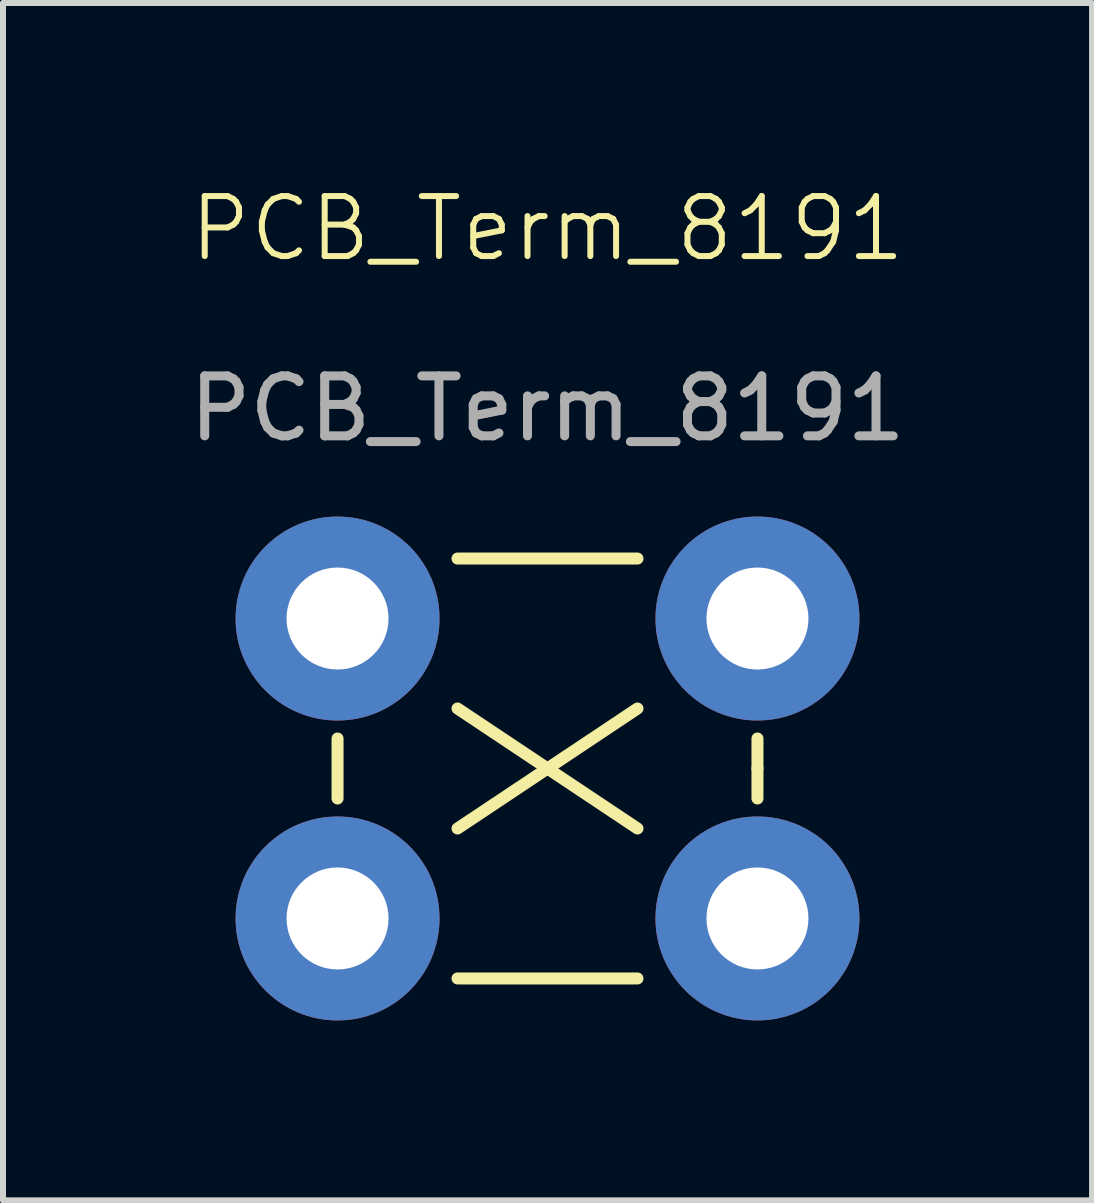
<source format=kicad_pcb>
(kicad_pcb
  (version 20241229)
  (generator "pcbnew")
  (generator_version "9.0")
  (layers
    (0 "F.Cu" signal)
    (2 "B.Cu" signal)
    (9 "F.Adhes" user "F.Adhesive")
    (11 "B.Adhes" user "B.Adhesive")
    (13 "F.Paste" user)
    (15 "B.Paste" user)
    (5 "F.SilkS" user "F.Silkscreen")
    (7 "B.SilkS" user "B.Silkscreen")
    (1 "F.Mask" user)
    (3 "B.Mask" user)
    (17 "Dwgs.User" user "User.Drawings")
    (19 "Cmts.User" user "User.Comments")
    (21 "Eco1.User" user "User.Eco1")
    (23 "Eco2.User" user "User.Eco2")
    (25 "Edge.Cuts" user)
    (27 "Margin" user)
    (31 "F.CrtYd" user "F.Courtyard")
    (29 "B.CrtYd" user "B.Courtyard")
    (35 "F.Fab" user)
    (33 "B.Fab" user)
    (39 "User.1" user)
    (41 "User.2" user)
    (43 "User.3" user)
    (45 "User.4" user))
  (footprint "PCB_Term_8191"
    (layer "F.Cu")
    (at 6.077 9.761)
    (property "Reference" "PCB_Term_8191" (at 0 -9 0) (unlocked yes) (layer "F.SilkS") (effects (font (size 1 1) (thickness 0.1))))
    (attr through_hole)
    (fp_line (start -3.5 -0.5) (end -3.5 0.5) (stroke (width 0.2) (type default)) (layer "F.SilkS"))
    (fp_line (start -1.5 -3.5) (end 1.5 -3.5) (stroke (width 0.2) (type default)) (layer "F.SilkS"))
    (fp_line (start -1.5 -1) (end 1.5 1) (stroke (width 0.2) (type default)) (layer "F.SilkS"))
    (fp_line (start 1.5 -1) (end -1.5 1) (stroke (width 0.2) (type default)) (layer "F.SilkS"))
    (fp_line (start 1.5 3.5) (end -1.5 3.5) (stroke (width 0.2) (type default)) (layer "F.SilkS"))
    (fp_line (start 3.5 -0.5) (end 3.5 0) (stroke (width 0.2) (type default)) (layer "F.SilkS"))
    (fp_line (start 3.5 0) (end 3.5 0.5) (stroke (width 0.2) (type default)) (layer "F.SilkS"))
    (fp_text user "${REFERENCE}" (at 0 -6 0) (unlocked yes) (layer "F.Fab") (effects (font (size 1 1) (thickness 0.15))))
    (pad "1" thru_hole circle (at -3.5 -2.5) (size 3.4 3.4) (drill 1.7) (layers "*.Cu" "*.Mask"))
    (pad "1" thru_hole circle (at -3.5 2.5) (size 3.4 3.4) (drill 1.7) (layers "*.Cu" "*.Mask"))
    (pad "1" thru_hole circle (at 3.5 -2.5) (size 3.4 3.4) (drill 1.7) (layers "*.Cu" "*.Mask"))
    (pad "1" thru_hole circle (at 3.5 2.5) (size 3.4 3.4) (drill 1.7) (layers "*.Cu" "*.Mask")))
  (gr_rect
    (start -3 -3)
    (end 15.155 16.96)
    (stroke (width 0.1) (type default))
    (fill no)
    (layer "Edge.Cuts")))
</source>
